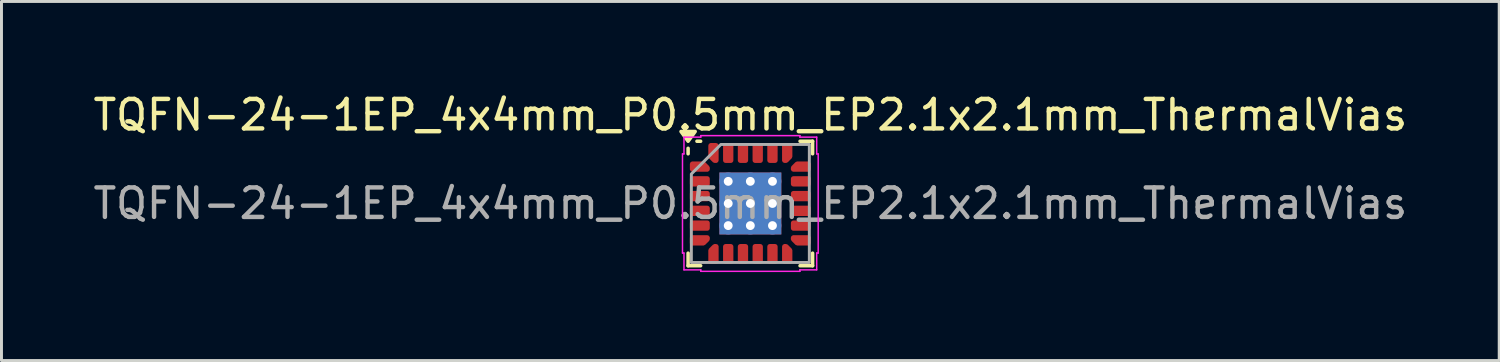
<source format=kicad_pcb>
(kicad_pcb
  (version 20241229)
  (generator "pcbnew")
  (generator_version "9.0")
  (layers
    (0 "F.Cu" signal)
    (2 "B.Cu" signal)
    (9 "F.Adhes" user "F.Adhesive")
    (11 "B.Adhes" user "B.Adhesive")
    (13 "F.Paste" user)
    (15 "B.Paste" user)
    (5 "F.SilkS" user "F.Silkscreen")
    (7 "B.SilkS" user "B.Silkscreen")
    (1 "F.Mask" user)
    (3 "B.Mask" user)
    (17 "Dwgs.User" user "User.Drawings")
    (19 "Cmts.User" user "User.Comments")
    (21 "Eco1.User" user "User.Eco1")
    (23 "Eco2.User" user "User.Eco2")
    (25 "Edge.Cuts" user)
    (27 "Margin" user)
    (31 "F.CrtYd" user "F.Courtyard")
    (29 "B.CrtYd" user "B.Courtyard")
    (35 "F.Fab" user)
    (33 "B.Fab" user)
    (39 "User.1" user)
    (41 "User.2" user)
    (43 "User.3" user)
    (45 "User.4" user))
  (footprint "TQFN-24-1EP_4x4mm_P0.5mm_EP2.1x2.1mm_ThermalVias"
    (layer "F.Cu")
    (at 22.387 3.848)
    (property "Reference" "TQFN-24-1EP_4x4mm_P0.5mm_EP2.1x2.1mm_ThermalVias" (at 0 -3 0) (layer "F.SilkS") (effects (font (size 1 1) (thickness 0.15))))
    (attr smd)
    (fp_line (start -2.11 -1.685) (end -2.11 -1.87) (stroke (width 0.12) (type solid)) (layer "F.SilkS"))
    (fp_line (start -2.11 2.11) (end -2.11 1.685) (stroke (width 0.12) (type solid)) (layer "F.SilkS"))
    (fp_line (start -1.685 -2.11) (end -1.81 -2.11) (stroke (width 0.12) (type solid)) (layer "F.SilkS"))
    (fp_line (start -1.685 2.11) (end -2.11 2.11) (stroke (width 0.12) (type solid)) (layer "F.SilkS"))
    (fp_line (start 1.685 -2.11) (end 2.11 -2.11) (stroke (width 0.12) (type solid)) (layer "F.SilkS"))
    (fp_line (start 1.685 2.11) (end 2.11 2.11) (stroke (width 0.12) (type solid)) (layer "F.SilkS"))
    (fp_line (start 2.11 -2.11) (end 2.11 -1.685) (stroke (width 0.12) (type solid)) (layer "F.SilkS"))
    (fp_line (start 2.11 2.11) (end 2.11 1.685) (stroke (width 0.12) (type solid)) (layer "F.SilkS"))
    (fp_poly (pts (xy -2.11 -2.11) (xy -2.35 -2.44) (xy -1.87 -2.44)) (stroke (width 0.12) (type solid)) (fill yes) (layer "F.SilkS"))
    (fp_line (start -2.3 -1.68) (end -2.25 -1.68) (stroke (width 0.05) (type solid)) (layer "F.CrtYd"))
    (fp_line (start -2.3 1.68) (end -2.3 -1.68) (stroke (width 0.05) (type solid)) (layer "F.CrtYd"))
    (fp_line (start -2.25 -2.25) (end -1.68 -2.25) (stroke (width 0.05) (type solid)) (layer "F.CrtYd"))
    (fp_line (start -2.25 -1.68) (end -2.25 -2.25) (stroke (width 0.05) (type solid)) (layer "F.CrtYd"))
    (fp_line (start -2.25 1.68) (end -2.3 1.68) (stroke (width 0.05) (type solid)) (layer "F.CrtYd"))
    (fp_line (start -2.25 2.25) (end -2.25 1.68) (stroke (width 0.05) (type solid)) (layer "F.CrtYd"))
    (fp_line (start -1.68 -2.3) (end 1.68 -2.3) (stroke (width 0.05) (type solid)) (layer "F.CrtYd"))
    (fp_line (start -1.68 -2.25) (end -1.68 -2.3) (stroke (width 0.05) (type solid)) (layer "F.CrtYd"))
    (fp_line (start -1.68 2.25) (end -2.25 2.25) (stroke (width 0.05) (type solid)) (layer "F.CrtYd"))
    (fp_line (start -1.68 2.3) (end -1.68 2.25) (stroke (width 0.05) (type solid)) (layer "F.CrtYd"))
    (fp_line (start 1.68 -2.3) (end 1.68 -2.25) (stroke (width 0.05) (type solid)) (layer "F.CrtYd"))
    (fp_line (start 1.68 -2.25) (end 2.25 -2.25) (stroke (width 0.05) (type solid)) (layer "F.CrtYd"))
    (fp_line (start 1.68 2.25) (end 1.68 2.3) (stroke (width 0.05) (type solid)) (layer "F.CrtYd"))
    (fp_line (start 1.68 2.3) (end -1.68 2.3) (stroke (width 0.05) (type solid)) (layer "F.CrtYd"))
    (fp_line (start 2.25 -2.25) (end 2.25 -1.68) (stroke (width 0.05) (type solid)) (layer "F.CrtYd"))
    (fp_line (start 2.25 -1.68) (end 2.3 -1.68) (stroke (width 0.05) (type solid)) (layer "F.CrtYd"))
    (fp_line (start 2.25 1.68) (end 2.25 2.25) (stroke (width 0.05) (type solid)) (layer "F.CrtYd"))
    (fp_line (start 2.25 2.25) (end 1.68 2.25) (stroke (width 0.05) (type solid)) (layer "F.CrtYd"))
    (fp_line (start 2.3 -1.68) (end 2.3 1.68) (stroke (width 0.05) (type solid)) (layer "F.CrtYd"))
    (fp_line (start 2.3 1.68) (end 2.25 1.68) (stroke (width 0.05) (type solid)) (layer "F.CrtYd"))
    (fp_poly (pts (xy -2 -1) (xy -2 2) (xy 2 2) (xy 2 -2) (xy -1 -2)) (stroke (width 0.1) (type solid)) (fill no) (layer "F.Fab"))
    (fp_text user "${REFERENCE}" (at 0 0 0) (layer "F.Fab") (effects (font (size 1 1) (thickness 0.15))))
    (pad "" smd roundrect (at -0.525 -0.525) (size 0.85 0.85) (layers "F.Paste") (roundrect_rratio 0.25))
    (pad "" smd roundrect (at -0.525 0.525) (size 0.85 0.85) (layers "F.Paste") (roundrect_rratio 0.25))
    (pad "" smd roundrect (at 0.525 -0.525) (size 0.85 0.85) (layers "F.Paste") (roundrect_rratio 0.25))
    (pad "" smd roundrect (at 0.525 0.525) (size 0.85 0.85) (layers "F.Paste") (roundrect_rratio 0.25))
    (pad "1" smd custom (at -1.712 -1.25) (size 0.223 0.223) (layers "F.Cu" "F.Mask" "F.Paste") (options (anchor circle)) (primitives (gr_poly (pts (xy -0.253 -0.09) (xy 0.122 -0.09) (xy 0.253 0.04) (xy 0.253 0.09) (xy -0.253 0.09)) (width 0.17) (fill yes))))
    (pad "2" smd roundrect (at -1.712 -0.75) (size 0.675 0.35) (layers "F.Cu" "F.Mask" "F.Paste") (roundrect_rratio 0.25))
    (pad "3" smd roundrect (at -1.712 -0.25) (size 0.675 0.35) (layers "F.Cu" "F.Mask" "F.Paste") (roundrect_rratio 0.25))
    (pad "4" smd roundrect (at -1.712 0.25) (size 0.675 0.35) (layers "F.Cu" "F.Mask" "F.Paste") (roundrect_rratio 0.25))
    (pad "5" smd roundrect (at -1.712 0.75) (size 0.675 0.35) (layers "F.Cu" "F.Mask" "F.Paste") (roundrect_rratio 0.25))
    (pad "6" smd custom (at -1.712 1.25) (size 0.223 0.223) (layers "F.Cu" "F.Mask" "F.Paste") (options (anchor circle)) (primitives (gr_poly (pts (xy -0.253 -0.09) (xy 0.253 -0.09) (xy 0.253 -0.04) (xy 0.122 0.09) (xy -0.253 0.09)) (width 0.17) (fill yes))))
    (pad "7" smd custom (at -1.25 1.712) (size 0.223 0.223) (layers "F.Cu" "F.Mask" "F.Paste") (options (anchor circle)) (primitives (gr_poly (pts (xy -0.09 -0.122) (xy 0.04 -0.253) (xy 0.09 -0.253) (xy 0.09 0.253) (xy -0.09 0.253)) (width 0.17) (fill yes))))
    (pad "8" smd roundrect (at -0.75 1.712) (size 0.35 0.675) (layers "F.Cu" "F.Mask" "F.Paste") (roundrect_rratio 0.25))
    (pad "9" smd roundrect (at -0.25 1.712) (size 0.35 0.675) (layers "F.Cu" "F.Mask" "F.Paste") (roundrect_rratio 0.25))
    (pad "10" smd roundrect (at 0.25 1.712) (size 0.35 0.675) (layers "F.Cu" "F.Mask" "F.Paste") (roundrect_rratio 0.25))
    (pad "11" smd roundrect (at 0.75 1.712) (size 0.35 0.675) (layers "F.Cu" "F.Mask" "F.Paste") (roundrect_rratio 0.25))
    (pad "12" smd custom (at 1.25 1.712) (size 0.223 0.223) (layers "F.Cu" "F.Mask" "F.Paste") (options (anchor circle)) (primitives (gr_poly (pts (xy -0.09 -0.253) (xy -0.04 -0.253) (xy 0.09 -0.122) (xy 0.09 0.253) (xy -0.09 0.253)) (width 0.17) (fill yes))))
    (pad "13" smd custom (at 1.712 1.25) (size 0.223 0.223) (layers "F.Cu" "F.Mask" "F.Paste") (options (anchor circle)) (primitives (gr_poly (pts (xy -0.253 -0.09) (xy 0.253 -0.09) (xy 0.253 0.09) (xy -0.122 0.09) (xy -0.253 -0.04)) (width 0.17) (fill yes))))
    (pad "14" smd roundrect (at 1.712 0.75) (size 0.675 0.35) (layers "F.Cu" "F.Mask" "F.Paste") (roundrect_rratio 0.25))
    (pad "15" smd roundrect (at 1.712 0.25) (size 0.675 0.35) (layers "F.Cu" "F.Mask" "F.Paste") (roundrect_rratio 0.25))
    (pad "16" smd roundrect (at 1.712 -0.25) (size 0.675 0.35) (layers "F.Cu" "F.Mask" "F.Paste") (roundrect_rratio 0.25))
    (pad "17" smd roundrect (at 1.712 -0.75) (size 0.675 0.35) (layers "F.Cu" "F.Mask" "F.Paste") (roundrect_rratio 0.25))
    (pad "18" smd custom (at 1.712 -1.25) (size 0.223 0.223) (layers "F.Cu" "F.Mask" "F.Paste") (options (anchor circle)) (primitives (gr_poly (pts (xy -0.253 0.04) (xy -0.122 -0.09) (xy 0.253 -0.09) (xy 0.253 0.09) (xy -0.253 0.09)) (width 0.17) (fill yes))))
    (pad "19" smd custom (at 1.25 -1.712) (size 0.223 0.223) (layers "F.Cu" "F.Mask" "F.Paste") (options (anchor circle)) (primitives (gr_poly (pts (xy -0.09 -0.253) (xy 0.09 -0.253) (xy 0.09 0.122) (xy -0.04 0.253) (xy -0.09 0.253)) (width 0.17) (fill yes))))
    (pad "20" smd roundrect (at 0.75 -1.712) (size 0.35 0.675) (layers "F.Cu" "F.Mask" "F.Paste") (roundrect_rratio 0.25))
    (pad "21" smd roundrect (at 0.25 -1.712) (size 0.35 0.675) (layers "F.Cu" "F.Mask" "F.Paste") (roundrect_rratio 0.25))
    (pad "22" smd roundrect (at -0.25 -1.712) (size 0.35 0.675) (layers "F.Cu" "F.Mask" "F.Paste") (roundrect_rratio 0.25))
    (pad "23" smd roundrect (at -0.75 -1.712) (size 0.35 0.675) (layers "F.Cu" "F.Mask" "F.Paste") (roundrect_rratio 0.25))
    (pad "24" smd custom (at -1.25 -1.712) (size 0.223 0.223) (layers "F.Cu" "F.Mask" "F.Paste") (options (anchor circle)) (primitives (gr_poly (pts (xy -0.09 -0.253) (xy 0.09 -0.253) (xy 0.09 0.253) (xy 0.04 0.253) (xy -0.09 0.122)) (width 0.17) (fill yes))))
    (pad "25" thru_hole circle (at -0.75 -0.75) (size 0.6 0.6) (drill 0.3) (property pad_prop_heatsink) (layers "*.Cu"))
    (pad "25" thru_hole circle (at -0.75 0) (size 0.6 0.6) (drill 0.3) (property pad_prop_heatsink) (layers "*.Cu"))
    (pad "25" thru_hole circle (at -0.75 0.75) (size 0.6 0.6) (drill 0.3) (property pad_prop_heatsink) (layers "*.Cu"))
    (pad "25" thru_hole circle (at 0 -0.75) (size 0.6 0.6) (drill 0.3) (property pad_prop_heatsink) (layers "*.Cu"))
    (pad "25" thru_hole circle (at 0 0) (size 0.6 0.6) (drill 0.3) (property pad_prop_heatsink) (layers "*.Cu"))
    (pad "25" smd rect (at 0 0) (size 2.1 2.1) (property pad_prop_heatsink) (layers "F.Cu" "F.Mask"))
    (pad "25" smd rect (at 0 0) (size 2.1 2.1) (property pad_prop_heatsink) (layers "B.Cu"))
    (pad "25" thru_hole circle (at 0 0.75) (size 0.6 0.6) (drill 0.3) (property pad_prop_heatsink) (layers "*.Cu"))
    (pad "25" thru_hole circle (at 0.75 -0.75) (size 0.6 0.6) (drill 0.3) (property pad_prop_heatsink) (layers "*.Cu"))
    (pad "25" thru_hole circle (at 0.75 0) (size 0.6 0.6) (drill 0.3) (property pad_prop_heatsink) (layers "*.Cu"))
    (pad "25" thru_hole circle (at 0.75 0.75) (size 0.6 0.6) (drill 0.3) (property pad_prop_heatsink) (layers "*.Cu")))
  (gr_rect
    (start -3 -3)
    (end 47.774 9.173)
    (stroke (width 0.1) (type default))
    (fill no)
    (layer "Edge.Cuts")))
</source>
